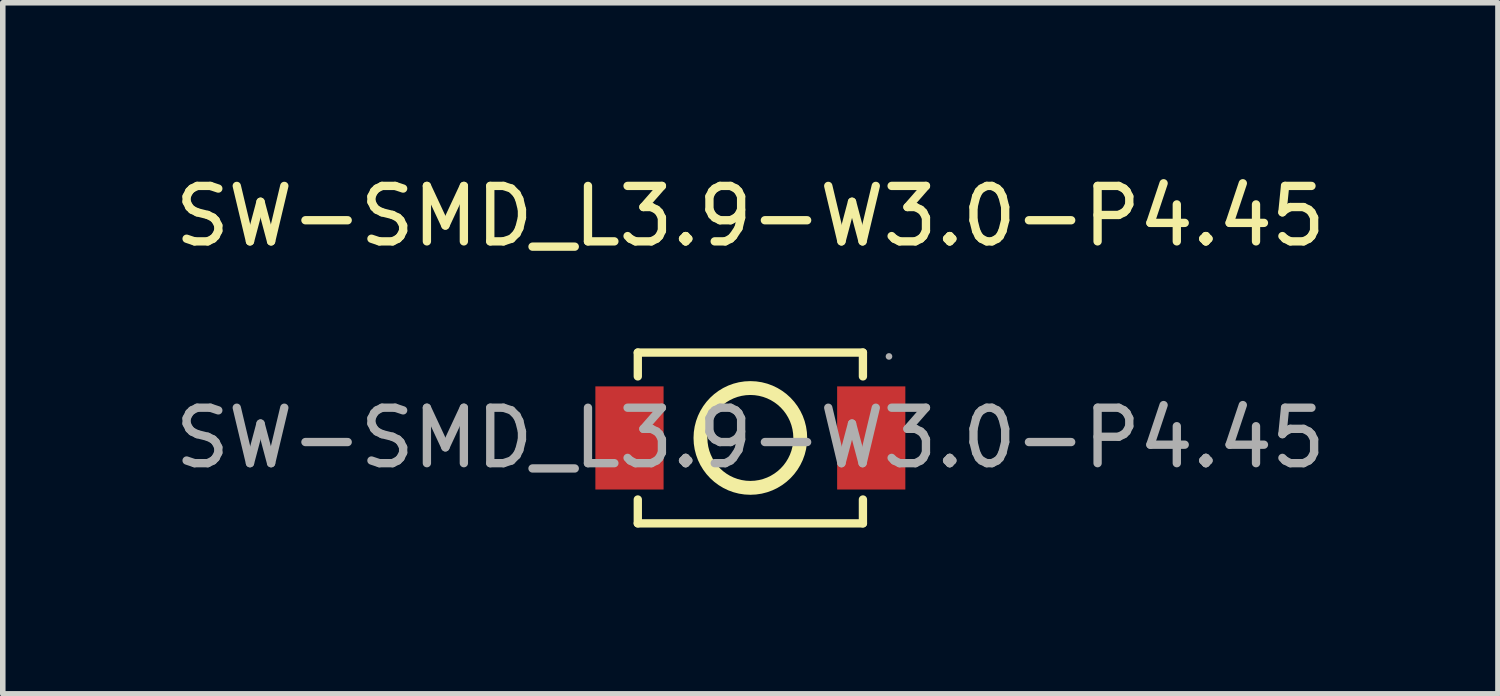
<source format=kicad_pcb>
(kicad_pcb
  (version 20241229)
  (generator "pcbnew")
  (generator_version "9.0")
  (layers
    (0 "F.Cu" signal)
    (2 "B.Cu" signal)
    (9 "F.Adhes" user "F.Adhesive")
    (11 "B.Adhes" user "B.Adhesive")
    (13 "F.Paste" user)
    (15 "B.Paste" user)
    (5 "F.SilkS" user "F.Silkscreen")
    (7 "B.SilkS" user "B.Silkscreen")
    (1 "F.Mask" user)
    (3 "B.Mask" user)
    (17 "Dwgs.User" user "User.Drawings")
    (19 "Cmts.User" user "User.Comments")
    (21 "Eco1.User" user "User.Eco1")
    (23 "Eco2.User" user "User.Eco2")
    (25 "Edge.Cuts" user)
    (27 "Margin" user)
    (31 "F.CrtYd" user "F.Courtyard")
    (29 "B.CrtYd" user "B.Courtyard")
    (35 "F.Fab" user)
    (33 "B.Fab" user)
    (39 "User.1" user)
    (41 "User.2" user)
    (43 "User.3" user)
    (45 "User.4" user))
  (footprint "SW-SMD_L3.9-W3.0-P4.45"
    (layer "F.Cu")
    (at 10.482 4.848)
    (property "Reference" "SW-SMD_L3.9-W3.0-P4.45" (at 0 -4 0) (layer "F.SilkS") (effects (font (size 1 1) (thickness 0.15))))
    (attr smd)
    (fp_line (start -2.03 -1.54) (end -2.03 -1.11) (stroke (width 0.15) (type solid)) (layer "F.SilkS"))
    (fp_line (start -2.03 1.54) (end -2.03 1.11) (stroke (width 0.15) (type solid)) (layer "F.SilkS"))
    (fp_line (start 2.03 -1.54) (end -2.03 -1.54) (stroke (width 0.15) (type solid)) (layer "F.SilkS"))
    (fp_line (start 2.03 -1.54) (end 2.03 -1.11) (stroke (width 0.15) (type solid)) (layer "F.SilkS"))
    (fp_line (start 2.03 1.11) (end 2.03 1.54) (stroke (width 0.15) (type solid)) (layer "F.SilkS"))
    (fp_line (start 2.03 1.54) (end -2.03 1.54) (stroke (width 0.15) (type solid)) (layer "F.SilkS"))
    (fp_circle (center 0 0) (end 0.9 0) (stroke (width 0.25) (type solid)) (fill no) (layer "F.SilkS"))
    (fp_circle (center 2.5 -1.47) (end 2.53 -1.47) (stroke (width 0.06) (type solid)) (fill no) (layer "F.Fab"))
    (fp_text user "${REFERENCE}" (at 0 0 0) (layer "F.Fab") (effects (font (size 1 1) (thickness 0.15))))
    (pad "1" smd rect (at -2.18 0) (size 1.23 1.86) (layers "F.Cu" "F.Mask" "F.Paste"))
    (pad "2" smd rect (at 2.18 0) (size 1.23 1.86) (layers "F.Cu" "F.Mask" "F.Paste")))
  (gr_rect
    (start -3 -3)
    (end 23.964 9.463)
    (stroke (width 0.1) (type default))
    (fill no)
    (layer "Edge.Cuts")))
</source>
